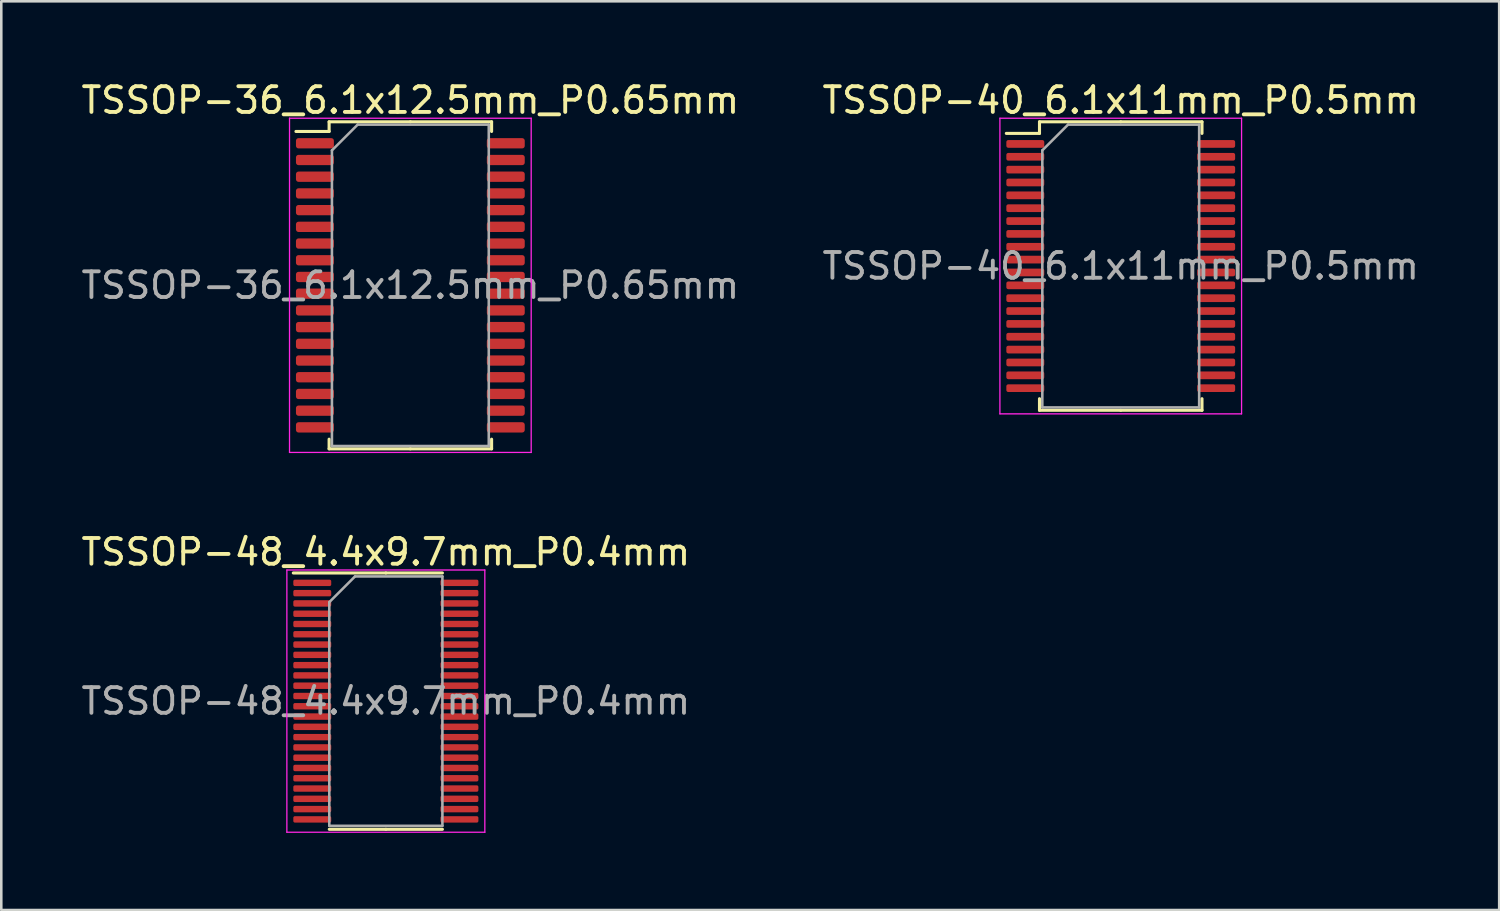
<source format=kicad_pcb>
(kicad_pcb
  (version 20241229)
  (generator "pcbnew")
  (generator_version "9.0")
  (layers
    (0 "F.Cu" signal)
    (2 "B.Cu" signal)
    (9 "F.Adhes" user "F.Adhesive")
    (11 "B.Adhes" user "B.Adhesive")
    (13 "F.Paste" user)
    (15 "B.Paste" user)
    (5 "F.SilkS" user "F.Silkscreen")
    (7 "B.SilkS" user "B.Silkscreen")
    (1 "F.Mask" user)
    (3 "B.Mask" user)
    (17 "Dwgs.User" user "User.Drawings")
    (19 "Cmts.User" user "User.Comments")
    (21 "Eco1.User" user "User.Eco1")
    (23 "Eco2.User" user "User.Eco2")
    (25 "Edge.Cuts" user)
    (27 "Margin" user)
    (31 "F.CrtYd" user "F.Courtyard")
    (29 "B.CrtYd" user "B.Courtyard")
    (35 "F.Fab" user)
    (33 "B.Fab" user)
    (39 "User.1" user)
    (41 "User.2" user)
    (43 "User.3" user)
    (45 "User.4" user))
  (footprint "TSSOP-40_6.1x11mm_P0.5mm"
    (layer "F.Cu")
    (at 40.542 7.298)
    (property "Reference" "TSSOP-40_6.1x11mm_P0.5mm" (at 0 -6.45 0) (layer "F.SilkS") (effects (font (size 1 1) (thickness 0.15))))
    (attr smd)
    (fp_line (start -3.16 -5.61) (end -3.16 -5.16) (stroke (width 0.12) (type solid)) (layer "F.SilkS"))
    (fp_line (start -3.16 -5.16) (end -4.45 -5.16) (stroke (width 0.12) (type solid)) (layer "F.SilkS"))
    (fp_line (start -3.16 5.61) (end -3.16 5.16) (stroke (width 0.12) (type solid)) (layer "F.SilkS"))
    (fp_line (start 0 -5.61) (end -3.16 -5.61) (stroke (width 0.12) (type solid)) (layer "F.SilkS"))
    (fp_line (start 0 -5.61) (end 3.16 -5.61) (stroke (width 0.12) (type solid)) (layer "F.SilkS"))
    (fp_line (start 0 5.61) (end -3.16 5.61) (stroke (width 0.12) (type solid)) (layer "F.SilkS"))
    (fp_line (start 0 5.61) (end 3.16 5.61) (stroke (width 0.12) (type solid)) (layer "F.SilkS"))
    (fp_line (start 3.16 -5.61) (end 3.16 -5.16) (stroke (width 0.12) (type solid)) (layer "F.SilkS"))
    (fp_line (start 3.16 5.61) (end 3.16 5.16) (stroke (width 0.12) (type solid)) (layer "F.SilkS"))
    (fp_line (start -4.7 -5.75) (end -4.7 5.75) (stroke (width 0.05) (type solid)) (layer "F.CrtYd"))
    (fp_line (start -4.7 5.75) (end 4.7 5.75) (stroke (width 0.05) (type solid)) (layer "F.CrtYd"))
    (fp_line (start 4.7 -5.75) (end -4.7 -5.75) (stroke (width 0.05) (type solid)) (layer "F.CrtYd"))
    (fp_line (start 4.7 5.75) (end 4.7 -5.75) (stroke (width 0.05) (type solid)) (layer "F.CrtYd"))
    (fp_line (start -3.05 -4.5) (end -2.05 -5.5) (stroke (width 0.1) (type solid)) (layer "F.Fab"))
    (fp_line (start -3.05 5.5) (end -3.05 -4.5) (stroke (width 0.1) (type solid)) (layer "F.Fab"))
    (fp_line (start -2.05 -5.5) (end 3.05 -5.5) (stroke (width 0.1) (type solid)) (layer "F.Fab"))
    (fp_line (start 3.05 -5.5) (end 3.05 5.5) (stroke (width 0.1) (type solid)) (layer "F.Fab"))
    (fp_line (start 3.05 5.5) (end -3.05 5.5) (stroke (width 0.1) (type solid)) (layer "F.Fab"))
    (fp_text user "${REFERENCE}" (at 0 0 0) (layer "F.Fab") (effects (font (size 1 1) (thickness 0.15))))
    (pad "1" smd roundrect (at -3.712 -4.75) (size 1.475 0.3) (layers "F.Cu" "F.Mask" "F.Paste") (roundrect_rratio 0.25))
    (pad "2" smd roundrect (at -3.712 -4.25) (size 1.475 0.3) (layers "F.Cu" "F.Mask" "F.Paste") (roundrect_rratio 0.25))
    (pad "3" smd roundrect (at -3.712 -3.75) (size 1.475 0.3) (layers "F.Cu" "F.Mask" "F.Paste") (roundrect_rratio 0.25))
    (pad "4" smd roundrect (at -3.712 -3.25) (size 1.475 0.3) (layers "F.Cu" "F.Mask" "F.Paste") (roundrect_rratio 0.25))
    (pad "5" smd roundrect (at -3.712 -2.75) (size 1.475 0.3) (layers "F.Cu" "F.Mask" "F.Paste") (roundrect_rratio 0.25))
    (pad "6" smd roundrect (at -3.712 -2.25) (size 1.475 0.3) (layers "F.Cu" "F.Mask" "F.Paste") (roundrect_rratio 0.25))
    (pad "7" smd roundrect (at -3.712 -1.75) (size 1.475 0.3) (layers "F.Cu" "F.Mask" "F.Paste") (roundrect_rratio 0.25))
    (pad "8" smd roundrect (at -3.712 -1.25) (size 1.475 0.3) (layers "F.Cu" "F.Mask" "F.Paste") (roundrect_rratio 0.25))
    (pad "9" smd roundrect (at -3.712 -0.75) (size 1.475 0.3) (layers "F.Cu" "F.Mask" "F.Paste") (roundrect_rratio 0.25))
    (pad "10" smd roundrect (at -3.712 -0.25) (size 1.475 0.3) (layers "F.Cu" "F.Mask" "F.Paste") (roundrect_rratio 0.25))
    (pad "11" smd roundrect (at -3.712 0.25) (size 1.475 0.3) (layers "F.Cu" "F.Mask" "F.Paste") (roundrect_rratio 0.25))
    (pad "12" smd roundrect (at -3.712 0.75) (size 1.475 0.3) (layers "F.Cu" "F.Mask" "F.Paste") (roundrect_rratio 0.25))
    (pad "13" smd roundrect (at -3.712 1.25) (size 1.475 0.3) (layers "F.Cu" "F.Mask" "F.Paste") (roundrect_rratio 0.25))
    (pad "14" smd roundrect (at -3.712 1.75) (size 1.475 0.3) (layers "F.Cu" "F.Mask" "F.Paste") (roundrect_rratio 0.25))
    (pad "15" smd roundrect (at -3.712 2.25) (size 1.475 0.3) (layers "F.Cu" "F.Mask" "F.Paste") (roundrect_rratio 0.25))
    (pad "16" smd roundrect (at -3.712 2.75) (size 1.475 0.3) (layers "F.Cu" "F.Mask" "F.Paste") (roundrect_rratio 0.25))
    (pad "17" smd roundrect (at -3.712 3.25) (size 1.475 0.3) (layers "F.Cu" "F.Mask" "F.Paste") (roundrect_rratio 0.25))
    (pad "18" smd roundrect (at -3.712 3.75) (size 1.475 0.3) (layers "F.Cu" "F.Mask" "F.Paste") (roundrect_rratio 0.25))
    (pad "19" smd roundrect (at -3.712 4.25) (size 1.475 0.3) (layers "F.Cu" "F.Mask" "F.Paste") (roundrect_rratio 0.25))
    (pad "20" smd roundrect (at -3.712 4.75) (size 1.475 0.3) (layers "F.Cu" "F.Mask" "F.Paste") (roundrect_rratio 0.25))
    (pad "21" smd roundrect (at 3.712 4.75) (size 1.475 0.3) (layers "F.Cu" "F.Mask" "F.Paste") (roundrect_rratio 0.25))
    (pad "22" smd roundrect (at 3.712 4.25) (size 1.475 0.3) (layers "F.Cu" "F.Mask" "F.Paste") (roundrect_rratio 0.25))
    (pad "23" smd roundrect (at 3.712 3.75) (size 1.475 0.3) (layers "F.Cu" "F.Mask" "F.Paste") (roundrect_rratio 0.25))
    (pad "24" smd roundrect (at 3.712 3.25) (size 1.475 0.3) (layers "F.Cu" "F.Mask" "F.Paste") (roundrect_rratio 0.25))
    (pad "25" smd roundrect (at 3.712 2.75) (size 1.475 0.3) (layers "F.Cu" "F.Mask" "F.Paste") (roundrect_rratio 0.25))
    (pad "26" smd roundrect (at 3.712 2.25) (size 1.475 0.3) (layers "F.Cu" "F.Mask" "F.Paste") (roundrect_rratio 0.25))
    (pad "27" smd roundrect (at 3.712 1.75) (size 1.475 0.3) (layers "F.Cu" "F.Mask" "F.Paste") (roundrect_rratio 0.25))
    (pad "28" smd roundrect (at 3.712 1.25) (size 1.475 0.3) (layers "F.Cu" "F.Mask" "F.Paste") (roundrect_rratio 0.25))
    (pad "29" smd roundrect (at 3.712 0.75) (size 1.475 0.3) (layers "F.Cu" "F.Mask" "F.Paste") (roundrect_rratio 0.25))
    (pad "30" smd roundrect (at 3.712 0.25) (size 1.475 0.3) (layers "F.Cu" "F.Mask" "F.Paste") (roundrect_rratio 0.25))
    (pad "31" smd roundrect (at 3.712 -0.25) (size 1.475 0.3) (layers "F.Cu" "F.Mask" "F.Paste") (roundrect_rratio 0.25))
    (pad "32" smd roundrect (at 3.712 -0.75) (size 1.475 0.3) (layers "F.Cu" "F.Mask" "F.Paste") (roundrect_rratio 0.25))
    (pad "33" smd roundrect (at 3.712 -1.25) (size 1.475 0.3) (layers "F.Cu" "F.Mask" "F.Paste") (roundrect_rratio 0.25))
    (pad "34" smd roundrect (at 3.712 -1.75) (size 1.475 0.3) (layers "F.Cu" "F.Mask" "F.Paste") (roundrect_rratio 0.25))
    (pad "35" smd roundrect (at 3.712 -2.25) (size 1.475 0.3) (layers "F.Cu" "F.Mask" "F.Paste") (roundrect_rratio 0.25))
    (pad "36" smd roundrect (at 3.712 -2.75) (size 1.475 0.3) (layers "F.Cu" "F.Mask" "F.Paste") (roundrect_rratio 0.25))
    (pad "37" smd roundrect (at 3.712 -3.25) (size 1.475 0.3) (layers "F.Cu" "F.Mask" "F.Paste") (roundrect_rratio 0.25))
    (pad "38" smd roundrect (at 3.712 -3.75) (size 1.475 0.3) (layers "F.Cu" "F.Mask" "F.Paste") (roundrect_rratio 0.25))
    (pad "39" smd roundrect (at 3.712 -4.25) (size 1.475 0.3) (layers "F.Cu" "F.Mask" "F.Paste") (roundrect_rratio 0.25))
    (pad "40" smd roundrect (at 3.712 -4.75) (size 1.475 0.3) (layers "F.Cu" "F.Mask" "F.Paste") (roundrect_rratio 0.25)))
  (footprint "TSSOP-48_4.4x9.7mm_P0.4mm"
    (layer "F.Cu")
    (at 11.958 24.221)
    (property "Reference" "TSSOP-48_4.4x9.7mm_P0.4mm" (at 0 -5.8 0) (layer "F.SilkS") (effects (font (size 1 1) (thickness 0.15))))
    (attr smd)
    (fp_line (start 0 -4.985) (end -3.6 -4.985) (stroke (width 0.12) (type solid)) (layer "F.SilkS"))
    (fp_line (start 0 -4.985) (end 2.2 -4.985) (stroke (width 0.12) (type solid)) (layer "F.SilkS"))
    (fp_line (start 0 4.985) (end -2.2 4.985) (stroke (width 0.12) (type solid)) (layer "F.SilkS"))
    (fp_line (start 0 4.985) (end 2.2 4.985) (stroke (width 0.12) (type solid)) (layer "F.SilkS"))
    (fp_line (start -3.85 -5.1) (end -3.85 5.1) (stroke (width 0.05) (type solid)) (layer "F.CrtYd"))
    (fp_line (start -3.85 5.1) (end 3.85 5.1) (stroke (width 0.05) (type solid)) (layer "F.CrtYd"))
    (fp_line (start 3.85 -5.1) (end -3.85 -5.1) (stroke (width 0.05) (type solid)) (layer "F.CrtYd"))
    (fp_line (start 3.85 5.1) (end 3.85 -5.1) (stroke (width 0.05) (type solid)) (layer "F.CrtYd"))
    (fp_line (start -2.2 -3.85) (end -1.2 -4.85) (stroke (width 0.1) (type solid)) (layer "F.Fab"))
    (fp_line (start -2.2 4.85) (end -2.2 -3.85) (stroke (width 0.1) (type solid)) (layer "F.Fab"))
    (fp_line (start -1.2 -4.85) (end 2.2 -4.85) (stroke (width 0.1) (type solid)) (layer "F.Fab"))
    (fp_line (start 2.2 -4.85) (end 2.2 4.85) (stroke (width 0.1) (type solid)) (layer "F.Fab"))
    (fp_line (start 2.2 4.85) (end -2.2 4.85) (stroke (width 0.1) (type solid)) (layer "F.Fab"))
    (fp_text user "${REFERENCE}" (at 0 0 0) (layer "F.Fab") (effects (font (size 1 1) (thickness 0.15))))
    (pad "1" smd roundrect (at -2.862 -4.6) (size 1.475 0.25) (layers "F.Cu" "F.Mask" "F.Paste") (roundrect_rratio 0.25))
    (pad "2" smd roundrect (at -2.862 -4.2) (size 1.475 0.25) (layers "F.Cu" "F.Mask" "F.Paste") (roundrect_rratio 0.25))
    (pad "3" smd roundrect (at -2.862 -3.8) (size 1.475 0.25) (layers "F.Cu" "F.Mask" "F.Paste") (roundrect_rratio 0.25))
    (pad "4" smd roundrect (at -2.862 -3.4) (size 1.475 0.25) (layers "F.Cu" "F.Mask" "F.Paste") (roundrect_rratio 0.25))
    (pad "5" smd roundrect (at -2.862 -3) (size 1.475 0.25) (layers "F.Cu" "F.Mask" "F.Paste") (roundrect_rratio 0.25))
    (pad "6" smd roundrect (at -2.862 -2.6) (size 1.475 0.25) (layers "F.Cu" "F.Mask" "F.Paste") (roundrect_rratio 0.25))
    (pad "7" smd roundrect (at -2.862 -2.2) (size 1.475 0.25) (layers "F.Cu" "F.Mask" "F.Paste") (roundrect_rratio 0.25))
    (pad "8" smd roundrect (at -2.862 -1.8) (size 1.475 0.25) (layers "F.Cu" "F.Mask" "F.Paste") (roundrect_rratio 0.25))
    (pad "9" smd roundrect (at -2.862 -1.4) (size 1.475 0.25) (layers "F.Cu" "F.Mask" "F.Paste") (roundrect_rratio 0.25))
    (pad "10" smd roundrect (at -2.862 -1) (size 1.475 0.25) (layers "F.Cu" "F.Mask" "F.Paste") (roundrect_rratio 0.25))
    (pad "11" smd roundrect (at -2.862 -0.6) (size 1.475 0.25) (layers "F.Cu" "F.Mask" "F.Paste") (roundrect_rratio 0.25))
    (pad "12" smd roundrect (at -2.862 -0.2) (size 1.475 0.25) (layers "F.Cu" "F.Mask" "F.Paste") (roundrect_rratio 0.25))
    (pad "13" smd roundrect (at -2.862 0.2) (size 1.475 0.25) (layers "F.Cu" "F.Mask" "F.Paste") (roundrect_rratio 0.25))
    (pad "14" smd roundrect (at -2.862 0.6) (size 1.475 0.25) (layers "F.Cu" "F.Mask" "F.Paste") (roundrect_rratio 0.25))
    (pad "15" smd roundrect (at -2.862 1) (size 1.475 0.25) (layers "F.Cu" "F.Mask" "F.Paste") (roundrect_rratio 0.25))
    (pad "16" smd roundrect (at -2.862 1.4) (size 1.475 0.25) (layers "F.Cu" "F.Mask" "F.Paste") (roundrect_rratio 0.25))
    (pad "17" smd roundrect (at -2.862 1.8) (size 1.475 0.25) (layers "F.Cu" "F.Mask" "F.Paste") (roundrect_rratio 0.25))
    (pad "18" smd roundrect (at -2.862 2.2) (size 1.475 0.25) (layers "F.Cu" "F.Mask" "F.Paste") (roundrect_rratio 0.25))
    (pad "19" smd roundrect (at -2.862 2.6) (size 1.475 0.25) (layers "F.Cu" "F.Mask" "F.Paste") (roundrect_rratio 0.25))
    (pad "20" smd roundrect (at -2.862 3) (size 1.475 0.25) (layers "F.Cu" "F.Mask" "F.Paste") (roundrect_rratio 0.25))
    (pad "21" smd roundrect (at -2.862 3.4) (size 1.475 0.25) (layers "F.Cu" "F.Mask" "F.Paste") (roundrect_rratio 0.25))
    (pad "22" smd roundrect (at -2.862 3.8) (size 1.475 0.25) (layers "F.Cu" "F.Mask" "F.Paste") (roundrect_rratio 0.25))
    (pad "23" smd roundrect (at -2.862 4.2) (size 1.475 0.25) (layers "F.Cu" "F.Mask" "F.Paste") (roundrect_rratio 0.25))
    (pad "24" smd roundrect (at -2.862 4.6) (size 1.475 0.25) (layers "F.Cu" "F.Mask" "F.Paste") (roundrect_rratio 0.25))
    (pad "25" smd roundrect (at 2.862 4.6) (size 1.475 0.25) (layers "F.Cu" "F.Mask" "F.Paste") (roundrect_rratio 0.25))
    (pad "26" smd roundrect (at 2.862 4.2) (size 1.475 0.25) (layers "F.Cu" "F.Mask" "F.Paste") (roundrect_rratio 0.25))
    (pad "27" smd roundrect (at 2.862 3.8) (size 1.475 0.25) (layers "F.Cu" "F.Mask" "F.Paste") (roundrect_rratio 0.25))
    (pad "28" smd roundrect (at 2.862 3.4) (size 1.475 0.25) (layers "F.Cu" "F.Mask" "F.Paste") (roundrect_rratio 0.25))
    (pad "29" smd roundrect (at 2.862 3) (size 1.475 0.25) (layers "F.Cu" "F.Mask" "F.Paste") (roundrect_rratio 0.25))
    (pad "30" smd roundrect (at 2.862 2.6) (size 1.475 0.25) (layers "F.Cu" "F.Mask" "F.Paste") (roundrect_rratio 0.25))
    (pad "31" smd roundrect (at 2.862 2.2) (size 1.475 0.25) (layers "F.Cu" "F.Mask" "F.Paste") (roundrect_rratio 0.25))
    (pad "32" smd roundrect (at 2.862 1.8) (size 1.475 0.25) (layers "F.Cu" "F.Mask" "F.Paste") (roundrect_rratio 0.25))
    (pad "33" smd roundrect (at 2.862 1.4) (size 1.475 0.25) (layers "F.Cu" "F.Mask" "F.Paste") (roundrect_rratio 0.25))
    (pad "34" smd roundrect (at 2.862 1) (size 1.475 0.25) (layers "F.Cu" "F.Mask" "F.Paste") (roundrect_rratio 0.25))
    (pad "35" smd roundrect (at 2.862 0.6) (size 1.475 0.25) (layers "F.Cu" "F.Mask" "F.Paste") (roundrect_rratio 0.25))
    (pad "36" smd roundrect (at 2.862 0.2) (size 1.475 0.25) (layers "F.Cu" "F.Mask" "F.Paste") (roundrect_rratio 0.25))
    (pad "37" smd roundrect (at 2.862 -0.2) (size 1.475 0.25) (layers "F.Cu" "F.Mask" "F.Paste") (roundrect_rratio 0.25))
    (pad "38" smd roundrect (at 2.862 -0.6) (size 1.475 0.25) (layers "F.Cu" "F.Mask" "F.Paste") (roundrect_rratio 0.25))
    (pad "39" smd roundrect (at 2.862 -1) (size 1.475 0.25) (layers "F.Cu" "F.Mask" "F.Paste") (roundrect_rratio 0.25))
    (pad "40" smd roundrect (at 2.862 -1.4) (size 1.475 0.25) (layers "F.Cu" "F.Mask" "F.Paste") (roundrect_rratio 0.25))
    (pad "41" smd roundrect (at 2.862 -1.8) (size 1.475 0.25) (layers "F.Cu" "F.Mask" "F.Paste") (roundrect_rratio 0.25))
    (pad "42" smd roundrect (at 2.862 -2.2) (size 1.475 0.25) (layers "F.Cu" "F.Mask" "F.Paste") (roundrect_rratio 0.25))
    (pad "43" smd roundrect (at 2.862 -2.6) (size 1.475 0.25) (layers "F.Cu" "F.Mask" "F.Paste") (roundrect_rratio 0.25))
    (pad "44" smd roundrect (at 2.862 -3) (size 1.475 0.25) (layers "F.Cu" "F.Mask" "F.Paste") (roundrect_rratio 0.25))
    (pad "45" smd roundrect (at 2.862 -3.4) (size 1.475 0.25) (layers "F.Cu" "F.Mask" "F.Paste") (roundrect_rratio 0.25))
    (pad "46" smd roundrect (at 2.862 -3.8) (size 1.475 0.25) (layers "F.Cu" "F.Mask" "F.Paste") (roundrect_rratio 0.25))
    (pad "47" smd roundrect (at 2.862 -4.2) (size 1.475 0.25) (layers "F.Cu" "F.Mask" "F.Paste") (roundrect_rratio 0.25))
    (pad "48" smd roundrect (at 2.862 -4.6) (size 1.475 0.25) (layers "F.Cu" "F.Mask" "F.Paste") (roundrect_rratio 0.25)))
  (footprint "TSSOP-36_6.1x12.5mm_P0.65mm"
    (layer "F.Cu")
    (at 12.911 8.048)
    (property "Reference" "TSSOP-36_6.1x12.5mm_P0.65mm" (at 0 -7.2 0) (layer "F.SilkS") (effects (font (size 1 1) (thickness 0.15))))
    (attr smd)
    (fp_line (start -3.16 -6.36) (end -3.16 -5.985) (stroke (width 0.12) (type solid)) (layer "F.SilkS"))
    (fp_line (start -3.16 -5.985) (end -4.45 -5.985) (stroke (width 0.12) (type solid)) (layer "F.SilkS"))
    (fp_line (start -3.16 6.36) (end -3.16 5.985) (stroke (width 0.12) (type solid)) (layer "F.SilkS"))
    (fp_line (start 0 -6.36) (end -3.16 -6.36) (stroke (width 0.12) (type solid)) (layer "F.SilkS"))
    (fp_line (start 0 -6.36) (end 3.16 -6.36) (stroke (width 0.12) (type solid)) (layer "F.SilkS"))
    (fp_line (start 0 6.36) (end -3.16 6.36) (stroke (width 0.12) (type solid)) (layer "F.SilkS"))
    (fp_line (start 0 6.36) (end 3.16 6.36) (stroke (width 0.12) (type solid)) (layer "F.SilkS"))
    (fp_line (start 3.16 -6.36) (end 3.16 -5.985) (stroke (width 0.12) (type solid)) (layer "F.SilkS"))
    (fp_line (start 3.16 6.36) (end 3.16 5.985) (stroke (width 0.12) (type solid)) (layer "F.SilkS"))
    (fp_line (start -4.7 -6.5) (end -4.7 6.5) (stroke (width 0.05) (type solid)) (layer "F.CrtYd"))
    (fp_line (start -4.7 6.5) (end 4.7 6.5) (stroke (width 0.05) (type solid)) (layer "F.CrtYd"))
    (fp_line (start 4.7 -6.5) (end -4.7 -6.5) (stroke (width 0.05) (type solid)) (layer "F.CrtYd"))
    (fp_line (start 4.7 6.5) (end 4.7 -6.5) (stroke (width 0.05) (type solid)) (layer "F.CrtYd"))
    (fp_line (start -3.05 -5.25) (end -2.05 -6.25) (stroke (width 0.1) (type solid)) (layer "F.Fab"))
    (fp_line (start -3.05 6.25) (end -3.05 -5.25) (stroke (width 0.1) (type solid)) (layer "F.Fab"))
    (fp_line (start -2.05 -6.25) (end 3.05 -6.25) (stroke (width 0.1) (type solid)) (layer "F.Fab"))
    (fp_line (start 3.05 -6.25) (end 3.05 6.25) (stroke (width 0.1) (type solid)) (layer "F.Fab"))
    (fp_line (start 3.05 6.25) (end -3.05 6.25) (stroke (width 0.1) (type solid)) (layer "F.Fab"))
    (fp_text user "${REFERENCE}" (at 0 0 0) (layer "F.Fab") (effects (font (size 1 1) (thickness 0.15))))
    (pad "1" smd roundrect (at -3.712 -5.525) (size 1.475 0.4) (layers "F.Cu" "F.Mask" "F.Paste") (roundrect_rratio 0.25))
    (pad "2" smd roundrect (at -3.712 -4.875) (size 1.475 0.4) (layers "F.Cu" "F.Mask" "F.Paste") (roundrect_rratio 0.25))
    (pad "3" smd roundrect (at -3.712 -4.225) (size 1.475 0.4) (layers "F.Cu" "F.Mask" "F.Paste") (roundrect_rratio 0.25))
    (pad "4" smd roundrect (at -3.712 -3.575) (size 1.475 0.4) (layers "F.Cu" "F.Mask" "F.Paste") (roundrect_rratio 0.25))
    (pad "5" smd roundrect (at -3.712 -2.925) (size 1.475 0.4) (layers "F.Cu" "F.Mask" "F.Paste") (roundrect_rratio 0.25))
    (pad "6" smd roundrect (at -3.712 -2.275) (size 1.475 0.4) (layers "F.Cu" "F.Mask" "F.Paste") (roundrect_rratio 0.25))
    (pad "7" smd roundrect (at -3.712 -1.625) (size 1.475 0.4) (layers "F.Cu" "F.Mask" "F.Paste") (roundrect_rratio 0.25))
    (pad "8" smd roundrect (at -3.712 -0.975) (size 1.475 0.4) (layers "F.Cu" "F.Mask" "F.Paste") (roundrect_rratio 0.25))
    (pad "9" smd roundrect (at -3.712 -0.325) (size 1.475 0.4) (layers "F.Cu" "F.Mask" "F.Paste") (roundrect_rratio 0.25))
    (pad "10" smd roundrect (at -3.712 0.325) (size 1.475 0.4) (layers "F.Cu" "F.Mask" "F.Paste") (roundrect_rratio 0.25))
    (pad "11" smd roundrect (at -3.712 0.975) (size 1.475 0.4) (layers "F.Cu" "F.Mask" "F.Paste") (roundrect_rratio 0.25))
    (pad "12" smd roundrect (at -3.712 1.625) (size 1.475 0.4) (layers "F.Cu" "F.Mask" "F.Paste") (roundrect_rratio 0.25))
    (pad "13" smd roundrect (at -3.712 2.275) (size 1.475 0.4) (layers "F.Cu" "F.Mask" "F.Paste") (roundrect_rratio 0.25))
    (pad "14" smd roundrect (at -3.712 2.925) (size 1.475 0.4) (layers "F.Cu" "F.Mask" "F.Paste") (roundrect_rratio 0.25))
    (pad "15" smd roundrect (at -3.712 3.575) (size 1.475 0.4) (layers "F.Cu" "F.Mask" "F.Paste") (roundrect_rratio 0.25))
    (pad "16" smd roundrect (at -3.712 4.225) (size 1.475 0.4) (layers "F.Cu" "F.Mask" "F.Paste") (roundrect_rratio 0.25))
    (pad "17" smd roundrect (at -3.712 4.875) (size 1.475 0.4) (layers "F.Cu" "F.Mask" "F.Paste") (roundrect_rratio 0.25))
    (pad "18" smd roundrect (at -3.712 5.525) (size 1.475 0.4) (layers "F.Cu" "F.Mask" "F.Paste") (roundrect_rratio 0.25))
    (pad "19" smd roundrect (at 3.712 5.525) (size 1.475 0.4) (layers "F.Cu" "F.Mask" "F.Paste") (roundrect_rratio 0.25))
    (pad "20" smd roundrect (at 3.712 4.875) (size 1.475 0.4) (layers "F.Cu" "F.Mask" "F.Paste") (roundrect_rratio 0.25))
    (pad "21" smd roundrect (at 3.712 4.225) (size 1.475 0.4) (layers "F.Cu" "F.Mask" "F.Paste") (roundrect_rratio 0.25))
    (pad "22" smd roundrect (at 3.712 3.575) (size 1.475 0.4) (layers "F.Cu" "F.Mask" "F.Paste") (roundrect_rratio 0.25))
    (pad "23" smd roundrect (at 3.712 2.925) (size 1.475 0.4) (layers "F.Cu" "F.Mask" "F.Paste") (roundrect_rratio 0.25))
    (pad "24" smd roundrect (at 3.712 2.275) (size 1.475 0.4) (layers "F.Cu" "F.Mask" "F.Paste") (roundrect_rratio 0.25))
    (pad "25" smd roundrect (at 3.712 1.625) (size 1.475 0.4) (layers "F.Cu" "F.Mask" "F.Paste") (roundrect_rratio 0.25))
    (pad "26" smd roundrect (at 3.712 0.975) (size 1.475 0.4) (layers "F.Cu" "F.Mask" "F.Paste") (roundrect_rratio 0.25))
    (pad "27" smd roundrect (at 3.712 0.325) (size 1.475 0.4) (layers "F.Cu" "F.Mask" "F.Paste") (roundrect_rratio 0.25))
    (pad "28" smd roundrect (at 3.712 -0.325) (size 1.475 0.4) (layers "F.Cu" "F.Mask" "F.Paste") (roundrect_rratio 0.25))
    (pad "29" smd roundrect (at 3.712 -0.975) (size 1.475 0.4) (layers "F.Cu" "F.Mask" "F.Paste") (roundrect_rratio 0.25))
    (pad "30" smd roundrect (at 3.712 -1.625) (size 1.475 0.4) (layers "F.Cu" "F.Mask" "F.Paste") (roundrect_rratio 0.25))
    (pad "31" smd roundrect (at 3.712 -2.275) (size 1.475 0.4) (layers "F.Cu" "F.Mask" "F.Paste") (roundrect_rratio 0.25))
    (pad "32" smd roundrect (at 3.712 -2.925) (size 1.475 0.4) (layers "F.Cu" "F.Mask" "F.Paste") (roundrect_rratio 0.25))
    (pad "33" smd roundrect (at 3.712 -3.575) (size 1.475 0.4) (layers "F.Cu" "F.Mask" "F.Paste") (roundrect_rratio 0.25))
    (pad "34" smd roundrect (at 3.712 -4.225) (size 1.475 0.4) (layers "F.Cu" "F.Mask" "F.Paste") (roundrect_rratio 0.25))
    (pad "35" smd roundrect (at 3.712 -4.875) (size 1.475 0.4) (layers "F.Cu" "F.Mask" "F.Paste") (roundrect_rratio 0.25))
    (pad "36" smd roundrect (at 3.712 -5.525) (size 1.475 0.4) (layers "F.Cu" "F.Mask" "F.Paste") (roundrect_rratio 0.25)))
  (gr_rect
    (start -3 -3)
    (end 55.262 32.346)
    (stroke (width 0.1) (type default))
    (fill no)
    (layer "Edge.Cuts")))
</source>
